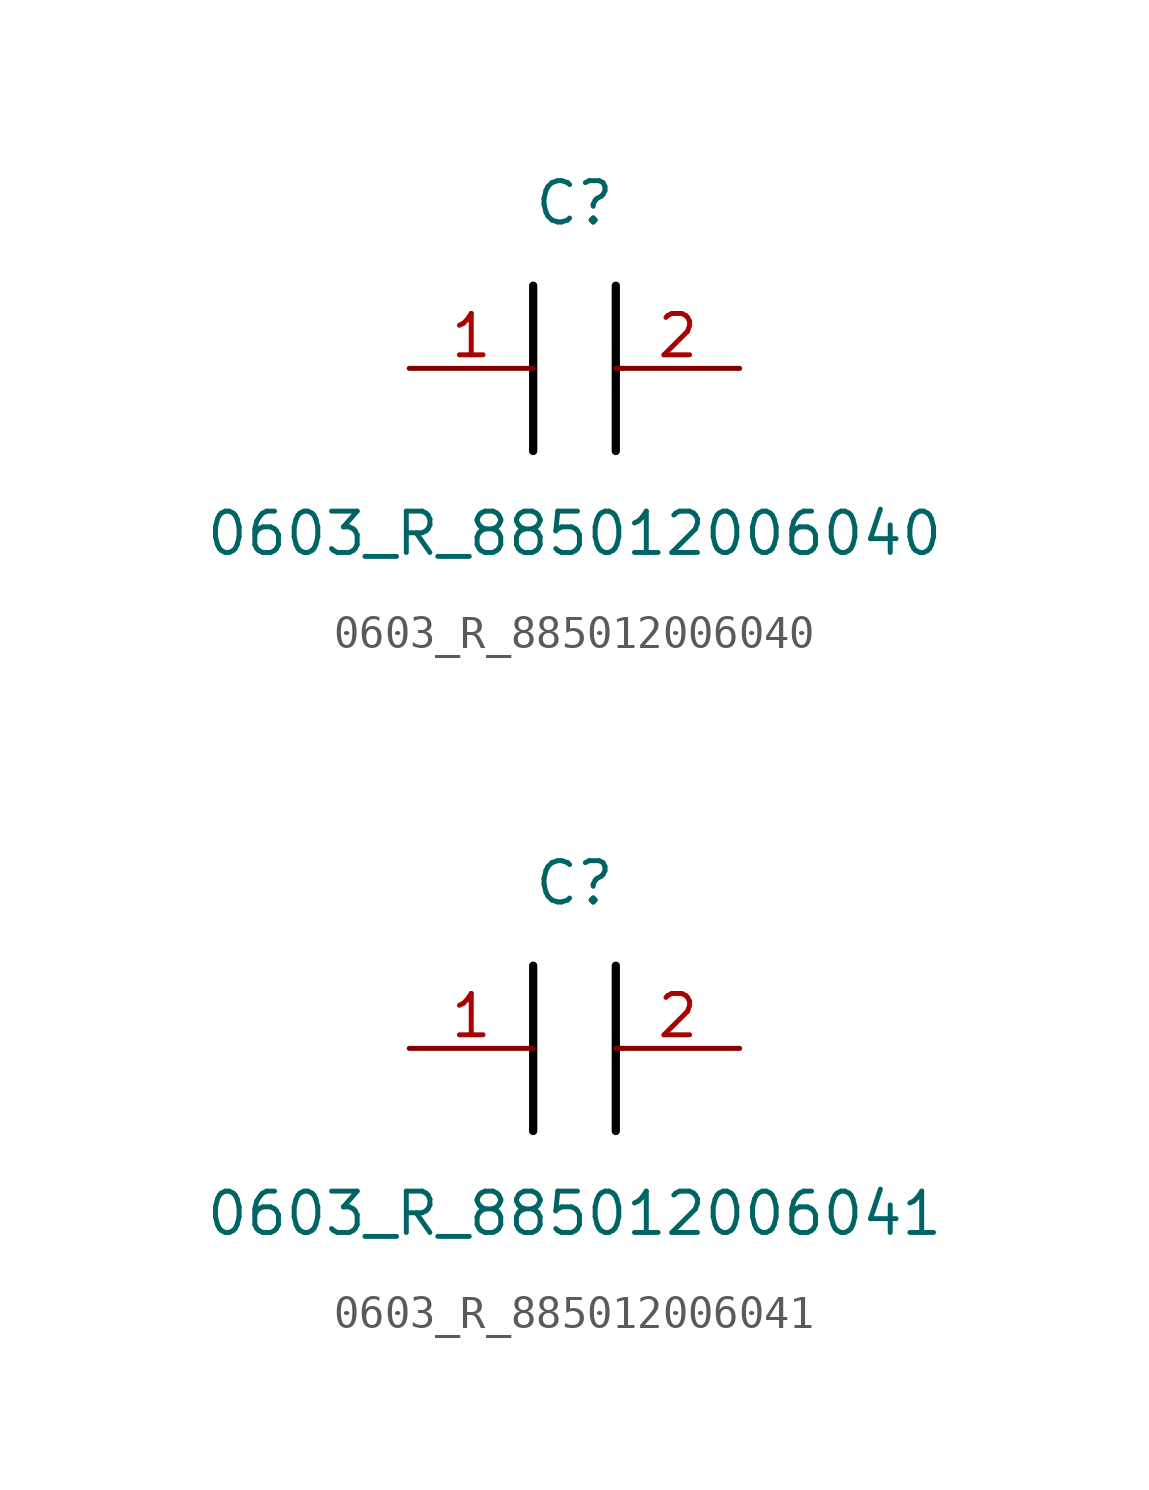
<source format=kicad_sym>
(kicad_symbol_lib
  (version 20220914)
  (generator kicad_symbol_editor)
  (symbol "0603_R_885012006040"
    (pin_names hide)
    (property "Reference" "C"
      (at 0 5.08 0)
      (effects (font (size 1.27 1.27))))
    (property "Value" "0603_R_885012006040"
      (at 0 -5.08 0)
      (effects (font (size 1.27 1.27))))
    (symbol "0603_R_885012006040_1_1"
      (polyline (pts (xy -1.27 2.54) (xy -1.27 -2.54)) (stroke (width 0.254) (type default) (color 0 0 0 1)) (fill (type none)))
      (polyline (pts (xy 1.27 2.54) (xy 1.27 -2.54)) (stroke (width 0.254) (type default) (color 0 0 0 1)) (fill (type none)))
      (pin passive line (at -5.08 0 0) (length 3.81) (name "1" (effects (font (size 1.27 1.27)))) (number "1" (effects (font (size 1.27 1.27)))))
      (pin passive line (at 5.08 0 180) (length 3.81) (name "2" (effects (font (size 1.27 1.27)))) (number "2" (effects (font (size 1.27 1.27)))))))
  (symbol "0603_R_885012006041"
    (pin_names hide)
    (property "Reference" "C"
      (at 0 5.08 0)
      (effects (font (size 1.27 1.27))))
    (property "Value" "0603_R_885012006041"
      (at 0 -5.08 0)
      (effects (font (size 1.27 1.27))))
    (symbol "0603_R_885012006041_1_1"
      (polyline (pts (xy -1.27 2.54) (xy -1.27 -2.54)) (stroke (width 0.254) (type default) (color 0 0 0 1)) (fill (type none)))
      (polyline (pts (xy 1.27 2.54) (xy 1.27 -2.54)) (stroke (width 0.254) (type default) (color 0 0 0 1)) (fill (type none)))
      (pin passive line (at -5.08 0 0) (length 3.81) (name "1" (effects (font (size 1.27 1.27)))) (number "1" (effects (font (size 1.27 1.27)))))
      (pin passive line (at 5.08 0 180) (length 3.81) (name "2" (effects (font (size 1.27 1.27)))) (number "2" (effects (font (size 1.27 1.27))))))))
</source>
